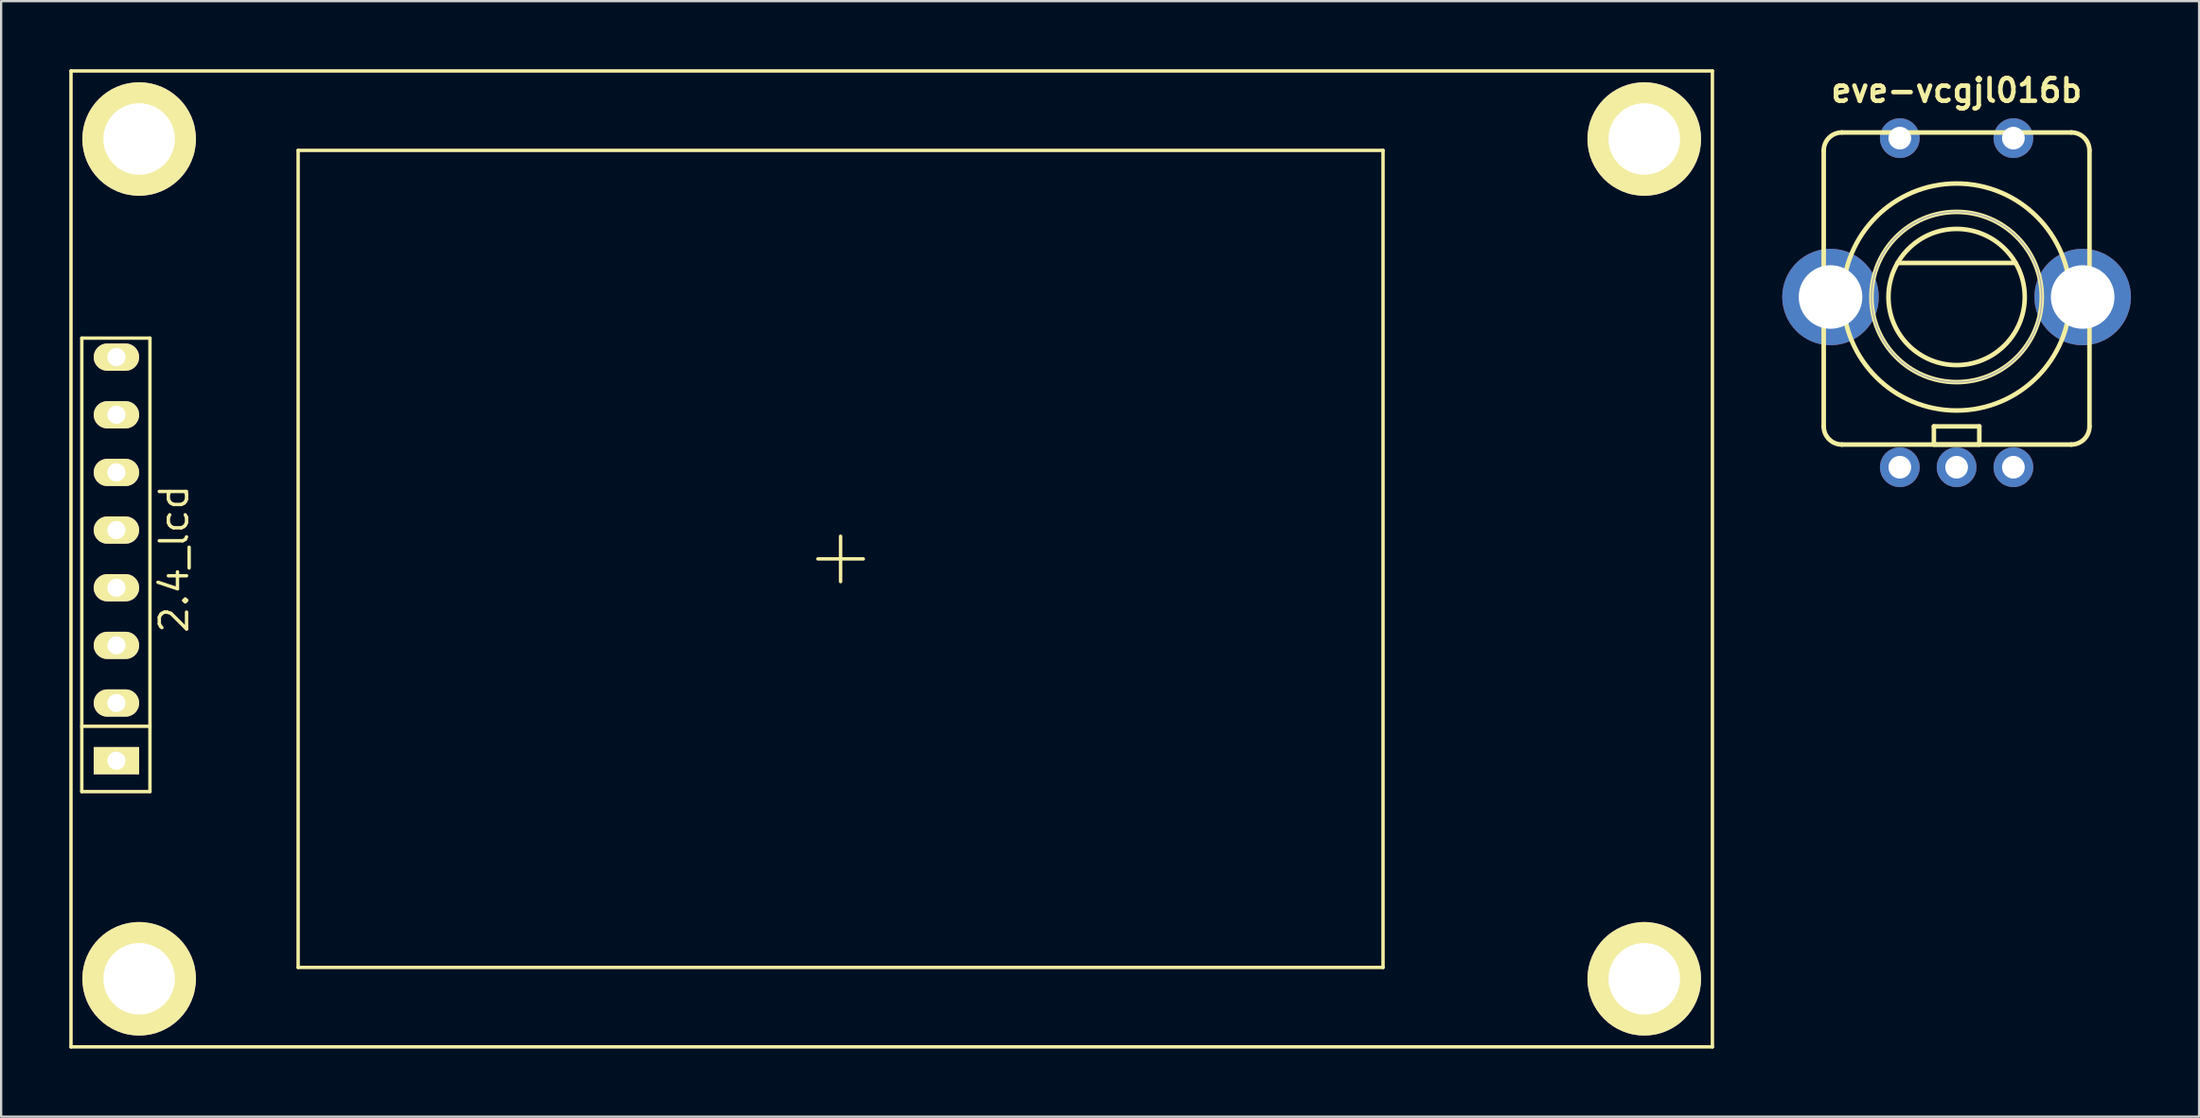
<source format=kicad_pcb>
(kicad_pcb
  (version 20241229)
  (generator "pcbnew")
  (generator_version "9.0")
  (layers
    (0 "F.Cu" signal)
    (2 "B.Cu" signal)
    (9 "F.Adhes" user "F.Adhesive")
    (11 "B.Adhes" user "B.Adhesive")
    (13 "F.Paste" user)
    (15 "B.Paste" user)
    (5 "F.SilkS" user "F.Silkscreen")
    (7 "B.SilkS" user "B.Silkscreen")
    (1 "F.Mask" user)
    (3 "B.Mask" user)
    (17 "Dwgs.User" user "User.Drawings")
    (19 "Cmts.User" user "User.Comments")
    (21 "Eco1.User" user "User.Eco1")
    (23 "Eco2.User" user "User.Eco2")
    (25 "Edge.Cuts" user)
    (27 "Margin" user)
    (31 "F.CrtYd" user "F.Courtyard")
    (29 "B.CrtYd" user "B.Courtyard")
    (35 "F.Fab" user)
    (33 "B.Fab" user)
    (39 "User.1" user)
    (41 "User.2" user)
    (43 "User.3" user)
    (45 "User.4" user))
  (footprint "2.4_lcd"
    (layer "F.Cu")
    (at 33.955 21.575)
    (property "Reference" "2.4_lcd" (at -29.34 0 90) (layer "F.SilkS") (effects (font (size 1.2 1.2) (thickness 0.15))))
    (attr through_hole)
    (fp_line (start -33.88 -21.5) (end 38.38 -21.5) (stroke (width 0.15) (type solid)) (layer "F.SilkS"))
    (fp_line (start -33.88 21.5) (end -33.88 -21.5) (stroke (width 0.15) (type solid)) (layer "F.SilkS"))
    (fp_line (start -33.404 -9.728) (end -30.404 -9.728) (stroke (width 0.15) (type solid)) (layer "F.SilkS"))
    (fp_line (start -33.404 7.374) (end -30.404 7.374) (stroke (width 0.15) (type solid)) (layer "F.SilkS"))
    (fp_line (start -33.404 10.252) (end -33.404 -9.728) (stroke (width 0.15) (type solid)) (layer "F.SilkS"))
    (fp_line (start -30.404 -9.728) (end -30.404 10.252) (stroke (width 0.15) (type solid)) (layer "F.SilkS"))
    (fp_line (start -30.404 10.252) (end -33.404 10.252) (stroke (width 0.15) (type solid)) (layer "F.SilkS"))
    (fp_line (start -23.88 -18) (end -23.88 18) (stroke (width 0.15) (type solid)) (layer "F.SilkS"))
    (fp_line (start -23.88 -18) (end 23.88 -18) (stroke (width 0.15) (type solid)) (layer "F.SilkS"))
    (fp_line (start -23.88 18) (end 23.88 18) (stroke (width 0.15) (type solid)) (layer "F.SilkS"))
    (fp_line (start 0 -1) (end 0 1) (stroke (width 0.15) (type solid)) (layer "F.SilkS"))
    (fp_line (start 1 0) (end -1 0) (stroke (width 0.15) (type solid)) (layer "F.SilkS"))
    (fp_line (start 23.88 18) (end 23.88 -18) (stroke (width 0.15) (type solid)) (layer "F.SilkS"))
    (fp_line (start 38.38 -21.5) (end 38.38 21.5) (stroke (width 0.15) (type solid)) (layer "F.SilkS"))
    (fp_line (start 38.38 21.5) (end -33.88 21.5) (stroke (width 0.15) (type solid)) (layer "F.SilkS"))
    (pad "" np_thru_hole circle (at -30.88 -18.5) (size 5 5) (drill 3.15) (layers "*.Cu" "*.Mask" "F.SilkS"))
    (pad "" np_thru_hole circle (at -30.88 18.5) (size 5 5) (drill 3.15) (layers "*.Cu" "*.Mask" "F.SilkS"))
    (pad "" np_thru_hole circle (at 35.38 -18.5) (size 5 5) (drill 3.15) (layers "*.Cu" "*.Mask" "F.SilkS"))
    (pad "" np_thru_hole circle (at 35.38 18.5) (size 5 5) (drill 3.15) (layers "*.Cu" "*.Mask" "F.SilkS"))
    (pad "1" thru_hole rect (at -31.88 8.89 90) (size 1.2 2) (drill 0.8) (layers "*.Cu" "*.Mask" "F.SilkS"))
    (pad "2" thru_hole oval (at -31.88 6.35 90) (size 1.2 2) (drill 0.8) (layers "*.Cu" "*.Mask" "F.SilkS"))
    (pad "3" thru_hole oval (at -31.88 3.81 90) (size 1.2 2) (drill 0.8) (layers "*.Cu" "*.Mask" "F.SilkS"))
    (pad "4" thru_hole oval (at -31.88 1.27 90) (size 1.2 2) (drill 0.8) (layers "*.Cu" "*.Mask" "F.SilkS"))
    (pad "5" thru_hole oval (at -31.88 -1.27 90) (size 1.2 2) (drill 0.8) (layers "*.Cu" "*.Mask" "F.SilkS"))
    (pad "6" thru_hole oval (at -31.88 -3.81 90) (size 1.2 2) (drill 0.8) (layers "*.Cu" "*.Mask" "F.SilkS"))
    (pad "7" thru_hole oval (at -31.88 -6.35 90) (size 1.2 2) (drill 0.8) (layers "*.Cu" "*.Mask" "F.SilkS"))
    (pad "8" thru_hole oval (at -31.88 -8.89 90) (size 1.2 2) (drill 0.8) (layers "*.Cu" "*.Mask" "F.SilkS")))
  (footprint "eve-vcgjl016b"
    (layer "F.Cu")
    (at 83.085 10.036)
    (property "Reference" "eve-vcgjl016b" (at 0 -9.1 0) (layer "F.SilkS") (effects (font (size 1 1) (thickness 0.2))))
    (attr through_hole)
    (fp_line (start -5.85 5.7) (end -5.85 -6.45) (stroke (width 0.2) (type solid)) (layer "F.SilkS"))
    (fp_line (start -5.05 -7.25) (end 5.05 -7.25) (stroke (width 0.2) (type solid)) (layer "F.SilkS"))
    (fp_line (start -5.05 6.5) (end 5.05 6.5) (stroke (width 0.2) (type solid)) (layer "F.SilkS"))
    (fp_line (start -2.6 -1.5) (end 2.6 -1.5) (stroke (width 0.2) (type solid)) (layer "F.SilkS"))
    (fp_line (start -1 5.7) (end 1 5.7) (stroke (width 0.2) (type solid)) (layer "F.SilkS"))
    (fp_line (start -1 6.5) (end -1 5.7) (stroke (width 0.2) (type solid)) (layer "F.SilkS"))
    (fp_line (start 1 5.7) (end 1 6.5) (stroke (width 0.2) (type solid)) (layer "F.SilkS"))
    (fp_line (start 1 6.5) (end -1 6.5) (stroke (width 0.2) (type solid)) (layer "F.SilkS"))
    (fp_line (start 5.85 5.7) (end 5.85 -6.45) (stroke (width 0.2) (type solid)) (layer "F.SilkS"))
    (fp_arc (start -5.85 -6.45) (mid -5.615685 -7.015685) (end -5.05 -7.25) (stroke (width 0.2) (type solid)) (layer "F.SilkS"))
    (fp_arc (start -5.05 6.5) (mid -5.615685 6.265685) (end -5.85 5.7) (stroke (width 0.2) (type solid)) (layer "F.SilkS"))
    (fp_arc (start 5.05 -7.25) (mid 5.615685 -7.015685) (end 5.85 -6.45) (stroke (width 0.2) (type solid)) (layer "F.SilkS"))
    (fp_arc (start 5.85 5.7) (mid 5.615685 6.265685) (end 5.05 6.5) (stroke (width 0.2) (type solid)) (layer "F.SilkS"))
    (fp_circle (center 0 0) (end 3 0) (stroke (width 0.2) (type solid)) (fill no) (layer "F.SilkS"))
    (fp_circle (center 0 0) (end 3.75 0) (stroke (width 0.2) (type solid)) (fill no) (layer "F.SilkS"))
    (fp_circle (center 0 0) (end 5 -0.05) (stroke (width 0.2) (type solid)) (fill no) (layer "F.SilkS"))
    (fp_circle (center 0 0) (end 3.75 0) (stroke (width 0.05) (type solid)) (fill no) (layer "F.Fab"))
    (pad "A" thru_hole circle (at 2.5 7.5) (size 1.75 1.75) (drill 1) (layers "*.Cu" "*.Mask"))
    (pad "B" thru_hole circle (at -2.5 7.5) (size 1.75 1.75) (drill 1) (layers "*.Cu" "*.Mask"))
    (pad "B" thru_hole circle (at 0 7.5) (size 1.75 1.75) (drill 1) (layers "*.Cu" "*.Mask"))
    (pad "COM" thru_hole circle (at -2.5 -7) (size 1.75 1.75) (drill 1) (layers "*.Cu" "*.Mask"))
    (pad "S" thru_hole circle (at 2.5 -7) (size 1.75 1.75) (drill 1) (layers "*.Cu" "*.Mask"))
    (pad "body" thru_hole oval (at -5.55 0) (size 4.25 4.25) (drill 2.8) (layers "*.Cu" "*.Mask"))
    (pad "body" thru_hole oval (at 5.55 0) (size 4.25 4.25) (drill 2.8) (layers "*.Cu" "*.Mask")))
  (gr_rect
    (start -3 -3)
    (end 93.76 46.15)
    (stroke (width 0.1) (type default))
    (fill no)
    (layer "Edge.Cuts")))
</source>
